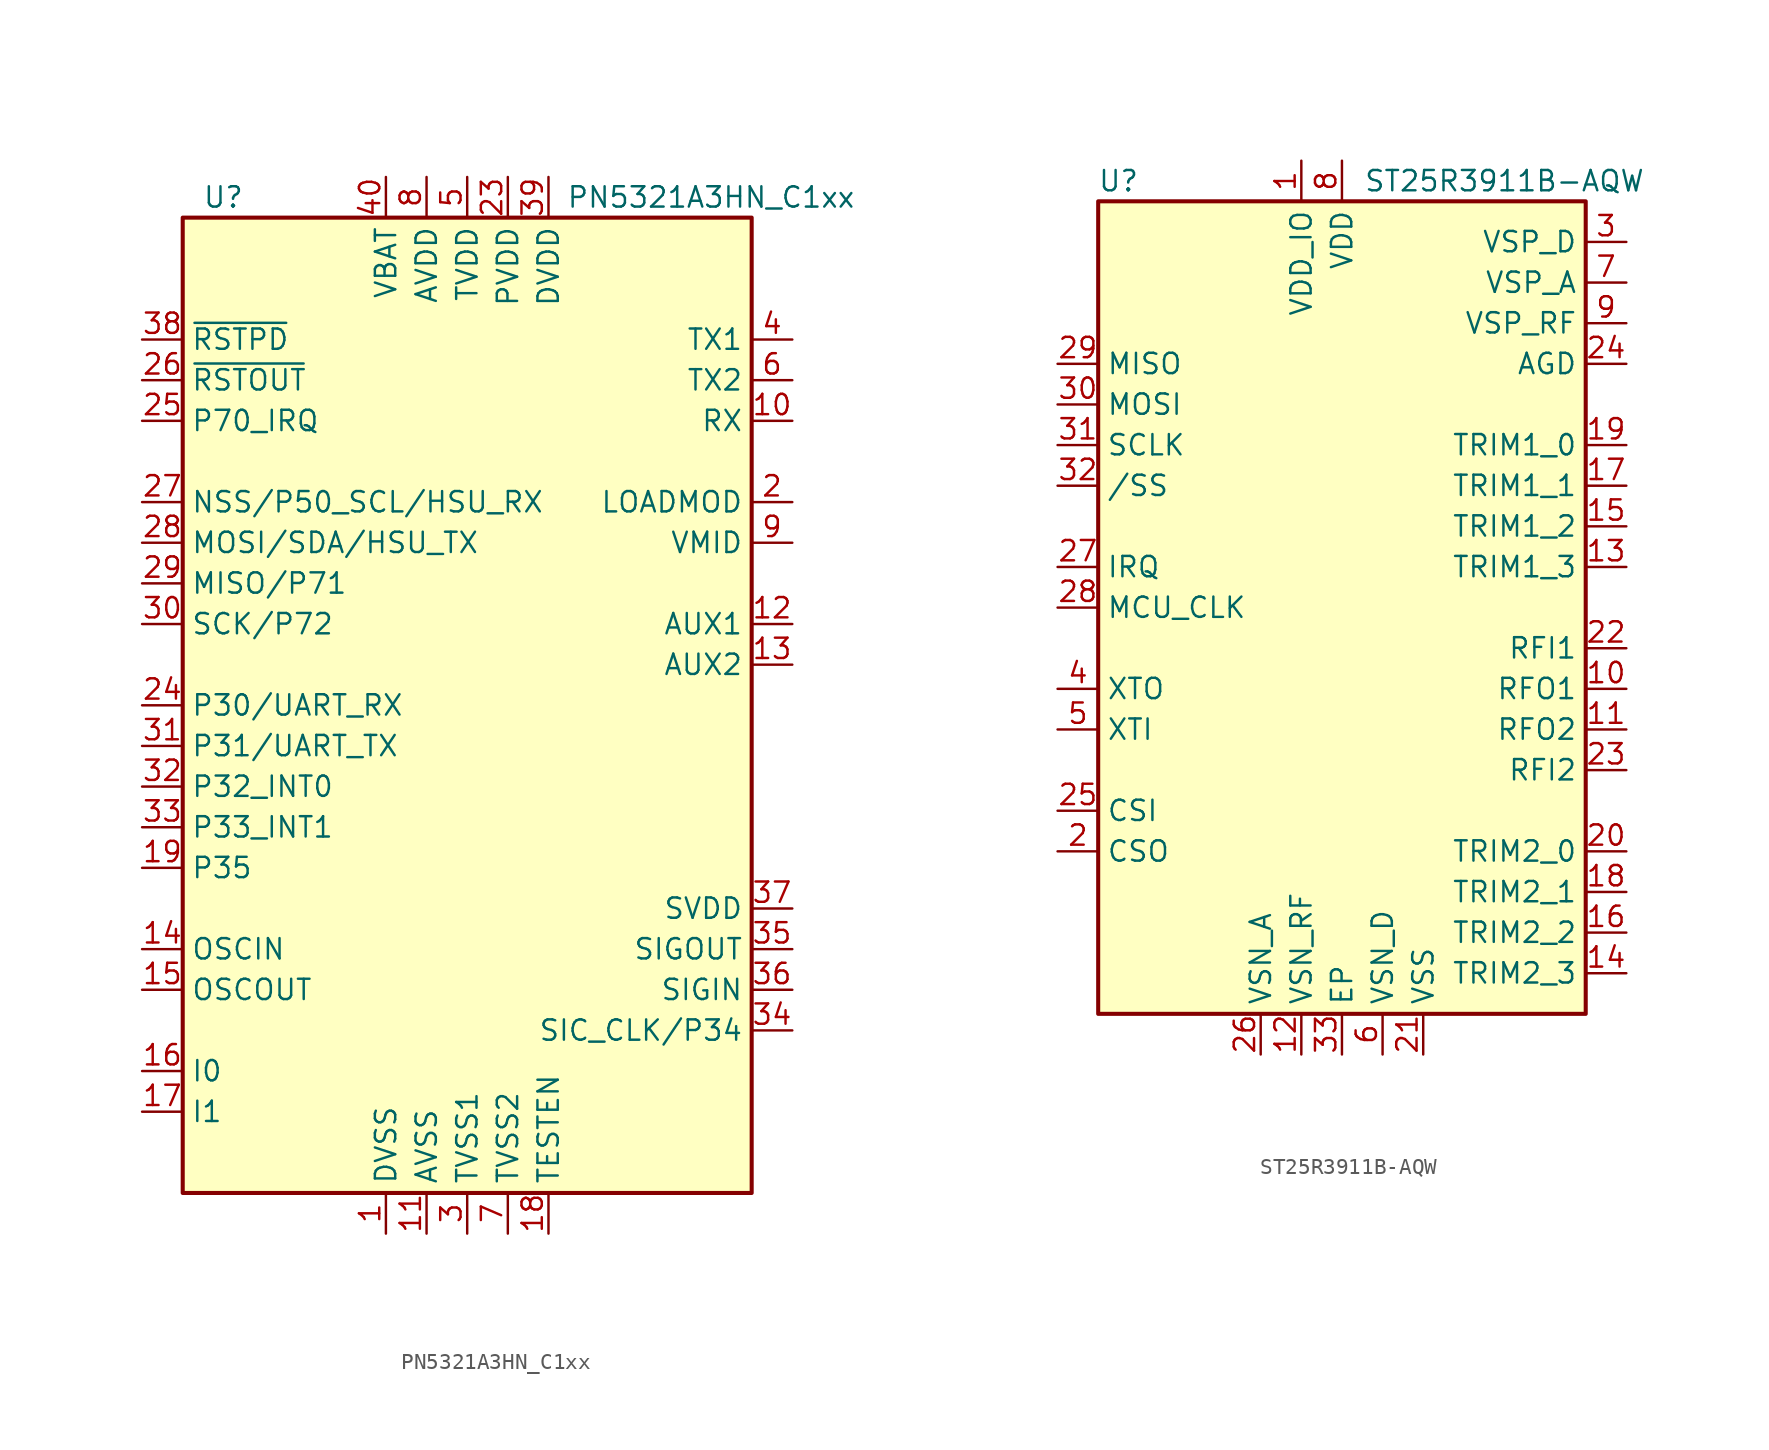
<source format=kicad_sym>
(kicad_symbol_lib
  (version 20211014)
  (generator kicad_symbol_editor)
  (symbol "PN5321A3HN_C1xx"
    (property "Reference" "U"
      (at -15.24 31.75 0)
      (effects (font (size 1.27 1.27))))
    (property "Value" "PN5321A3HN_C1xx"
      (at 15.24 31.75 0)
      (effects (font (size 1.27 1.27))))
    (symbol "PN5321A3HN_C1xx_0_1"
      (rectangle (start -17.78 30.48) (end 17.78 -30.48) (stroke (width 0.254) (type default) (color 0 0 0 0)) (fill (type background))))
    (symbol "PN5321A3HN_C1xx_1_1"
      (pin power_in line (at -5.08 -33.02 90) (length 2.54) (name "DVSS" (effects (font (size 1.27 1.27)))) (number "1" (effects (font (size 1.27 1.27)))))
      (pin input line (at 20.32 17.78 180) (length 2.54) (name "RX" (effects (font (size 1.27 1.27)))) (number "10" (effects (font (size 1.27 1.27)))))
      (pin power_in line (at -2.54 -33.02 90) (length 2.54) (name "AVSS" (effects (font (size 1.27 1.27)))) (number "11" (effects (font (size 1.27 1.27)))))
      (pin output line (at 20.32 5.08 180) (length 2.54) (name "AUX1" (effects (font (size 1.27 1.27)))) (number "12" (effects (font (size 1.27 1.27)))))
      (pin output line (at 20.32 2.54 180) (length 2.54) (name "AUX2" (effects (font (size 1.27 1.27)))) (number "13" (effects (font (size 1.27 1.27)))))
      (pin input line (at -20.32 -15.24 0) (length 2.54) (name "OSCIN" (effects (font (size 1.27 1.27)))) (number "14" (effects (font (size 1.27 1.27)))))
      (pin output line (at -20.32 -17.78 0) (length 2.54) (name "OSCOUT" (effects (font (size 1.27 1.27)))) (number "15" (effects (font (size 1.27 1.27)))))
      (pin passive line (at -20.32 -22.86 0) (length 2.54) (name "I0" (effects (font (size 1.27 1.27)))) (number "16" (effects (font (size 1.27 1.27)))))
      (pin passive line (at -20.32 -25.4 0) (length 2.54) (name "I1" (effects (font (size 1.27 1.27)))) (number "17" (effects (font (size 1.27 1.27)))))
      (pin passive line (at 5.08 -33.02 90) (length 2.54) (name "TESTEN" (effects (font (size 1.27 1.27)))) (number "18" (effects (font (size 1.27 1.27)))))
      (pin bidirectional line (at -20.32 -10.16 0) (length 2.54) (name "P35" (effects (font (size 1.27 1.27)))) (number "19" (effects (font (size 1.27 1.27)))))
      (pin output line (at 20.32 12.7 180) (length 2.54) (name "LOADMOD" (effects (font (size 1.27 1.27)))) (number "2" (effects (font (size 1.27 1.27)))))
      (pin no_connect line (at 17.78 -2.54 180) (length 2.54) hide (name "N.C." (effects (font (size 1.27 1.27)))) (number "20" (effects (font (size 1.27 1.27)))))
      (pin no_connect line (at 17.78 -5.08 180) (length 2.54) hide (name "N.C." (effects (font (size 1.27 1.27)))) (number "21" (effects (font (size 1.27 1.27)))))
      (pin no_connect line (at 17.78 -7.62 180) (length 2.54) hide (name "N.C." (effects (font (size 1.27 1.27)))) (number "22" (effects (font (size 1.27 1.27)))))
      (pin power_in line (at 2.54 33.02 270) (length 2.54) (name "PVDD" (effects (font (size 1.27 1.27)))) (number "23" (effects (font (size 1.27 1.27)))))
      (pin bidirectional line (at -20.32 0 0) (length 2.54) (name "P30/UART_RX" (effects (font (size 1.27 1.27)))) (number "24" (effects (font (size 1.27 1.27)))))
      (pin bidirectional line (at -20.32 17.78 0) (length 2.54) (name "P70_IRQ" (effects (font (size 1.27 1.27)))) (number "25" (effects (font (size 1.27 1.27)))))
      (pin output line (at -20.32 20.32 0) (length 2.54) (name "~{RSTOUT}" (effects (font (size 1.27 1.27)))) (number "26" (effects (font (size 1.27 1.27)))))
      (pin bidirectional line (at -20.32 12.7 0) (length 2.54) (name "NSS/P50_SCL/HSU_RX" (effects (font (size 1.27 1.27)))) (number "27" (effects (font (size 1.27 1.27)))))
      (pin bidirectional line (at -20.32 10.16 0) (length 2.54) (name "MOSI/SDA/HSU_TX" (effects (font (size 1.27 1.27)))) (number "28" (effects (font (size 1.27 1.27)))))
      (pin bidirectional line (at -20.32 7.62 0) (length 2.54) (name "MISO/P71" (effects (font (size 1.27 1.27)))) (number "29" (effects (font (size 1.27 1.27)))))
      (pin power_in line (at 0 -33.02 90) (length 2.54) (name "TVSS1" (effects (font (size 1.27 1.27)))) (number "3" (effects (font (size 1.27 1.27)))))
      (pin bidirectional line (at -20.32 5.08 0) (length 2.54) (name "SCK/P72" (effects (font (size 1.27 1.27)))) (number "30" (effects (font (size 1.27 1.27)))))
      (pin bidirectional line (at -20.32 -2.54 0) (length 2.54) (name "P31/UART_TX" (effects (font (size 1.27 1.27)))) (number "31" (effects (font (size 1.27 1.27)))))
      (pin bidirectional line (at -20.32 -5.08 0) (length 2.54) (name "P32_INT0" (effects (font (size 1.27 1.27)))) (number "32" (effects (font (size 1.27 1.27)))))
      (pin bidirectional line (at -20.32 -7.62 0) (length 2.54) (name "P33_INT1" (effects (font (size 1.27 1.27)))) (number "33" (effects (font (size 1.27 1.27)))))
      (pin bidirectional line (at 20.32 -20.32 180) (length 2.54) (name "SIC_CLK/P34" (effects (font (size 1.27 1.27)))) (number "34" (effects (font (size 1.27 1.27)))))
      (pin output line (at 20.32 -15.24 180) (length 2.54) (name "SIGOUT" (effects (font (size 1.27 1.27)))) (number "35" (effects (font (size 1.27 1.27)))))
      (pin input line (at 20.32 -17.78 180) (length 2.54) (name "SIGIN" (effects (font (size 1.27 1.27)))) (number "36" (effects (font (size 1.27 1.27)))))
      (pin output line (at 20.32 -12.7 180) (length 2.54) (name "SVDD" (effects (font (size 1.27 1.27)))) (number "37" (effects (font (size 1.27 1.27)))))
      (pin input line (at -20.32 22.86 0) (length 2.54) (name "~{RSTPD}" (effects (font (size 1.27 1.27)))) (number "38" (effects (font (size 1.27 1.27)))))
      (pin power_out line (at 5.08 33.02 270) (length 2.54) (name "DVDD" (effects (font (size 1.27 1.27)))) (number "39" (effects (font (size 1.27 1.27)))))
      (pin output line (at 20.32 22.86 180) (length 2.54) (name "TX1" (effects (font (size 1.27 1.27)))) (number "4" (effects (font (size 1.27 1.27)))))
      (pin power_in line (at -5.08 33.02 270) (length 2.54) (name "VBAT" (effects (font (size 1.27 1.27)))) (number "40" (effects (font (size 1.27 1.27)))))
      (pin passive line (at -2.54 -33.02 90) (length 2.54) hide (name "AVSS" (effects (font (size 1.27 1.27)))) (number "41" (effects (font (size 1.27 1.27)))))
      (pin power_in line (at 0 33.02 270) (length 2.54) (name "TVDD" (effects (font (size 1.27 1.27)))) (number "5" (effects (font (size 1.27 1.27)))))
      (pin output line (at 20.32 20.32 180) (length 2.54) (name "TX2" (effects (font (size 1.27 1.27)))) (number "6" (effects (font (size 1.27 1.27)))))
      (pin power_in line (at 2.54 -33.02 90) (length 2.54) (name "TVSS2" (effects (font (size 1.27 1.27)))) (number "7" (effects (font (size 1.27 1.27)))))
      (pin power_in line (at -2.54 33.02 270) (length 2.54) (name "AVDD" (effects (font (size 1.27 1.27)))) (number "8" (effects (font (size 1.27 1.27)))))
      (pin output line (at 20.32 10.16 180) (length 2.54) (name "VMID" (effects (font (size 1.27 1.27)))) (number "9" (effects (font (size 1.27 1.27)))))))
  (symbol "ST25R3911B-AQW"
    (property "Reference" "U"
      (at -13.97 26.67 0)
      (effects (font (size 1.27 1.27))))
    (property "Value" "ST25R3911B-AQW"
      (at 10.16 26.67 0)
      (effects (font (size 1.27 1.27))))
    (symbol "ST25R3911B-AQW_0_1"
      (rectangle (start -15.24 25.4) (end 15.24 -25.4) (stroke (width 0.254) (type default) (color 0 0 0 0)) (fill (type background))))
    (symbol "ST25R3911B-AQW_1_1"
      (pin power_in line (at -2.54 27.94 270) (length 2.54) (name "VDD_IO" (effects (font (size 1.27 1.27)))) (number "1" (effects (font (size 1.27 1.27)))))
      (pin output line (at 17.78 -5.08 180) (length 2.54) (name "RFO1" (effects (font (size 1.27 1.27)))) (number "10" (effects (font (size 1.27 1.27)))))
      (pin output line (at 17.78 -7.62 180) (length 2.54) (name "RFO2" (effects (font (size 1.27 1.27)))) (number "11" (effects (font (size 1.27 1.27)))))
      (pin power_in line (at -2.54 -27.94 90) (length 2.54) (name "VSN_RF" (effects (font (size 1.27 1.27)))) (number "12" (effects (font (size 1.27 1.27)))))
      (pin passive line (at 17.78 2.54 180) (length 2.54) (name "TRIM1_3" (effects (font (size 1.27 1.27)))) (number "13" (effects (font (size 1.27 1.27)))))
      (pin passive line (at 17.78 -22.86 180) (length 2.54) (name "TRIM2_3" (effects (font (size 1.27 1.27)))) (number "14" (effects (font (size 1.27 1.27)))))
      (pin passive line (at 17.78 5.08 180) (length 2.54) (name "TRIM1_2" (effects (font (size 1.27 1.27)))) (number "15" (effects (font (size 1.27 1.27)))))
      (pin passive line (at 17.78 -20.32 180) (length 2.54) (name "TRIM2_2" (effects (font (size 1.27 1.27)))) (number "16" (effects (font (size 1.27 1.27)))))
      (pin passive line (at 17.78 7.62 180) (length 2.54) (name "TRIM1_1" (effects (font (size 1.27 1.27)))) (number "17" (effects (font (size 1.27 1.27)))))
      (pin passive line (at 17.78 -17.78 180) (length 2.54) (name "TRIM2_1" (effects (font (size 1.27 1.27)))) (number "18" (effects (font (size 1.27 1.27)))))
      (pin passive line (at 17.78 10.16 180) (length 2.54) (name "TRIM1_0" (effects (font (size 1.27 1.27)))) (number "19" (effects (font (size 1.27 1.27)))))
      (pin output line (at -17.78 -15.24 0) (length 2.54) (name "CSO" (effects (font (size 1.27 1.27)))) (number "2" (effects (font (size 1.27 1.27)))))
      (pin passive line (at 17.78 -15.24 180) (length 2.54) (name "TRIM2_0" (effects (font (size 1.27 1.27)))) (number "20" (effects (font (size 1.27 1.27)))))
      (pin power_in line (at 5.08 -27.94 90) (length 2.54) (name "VSS" (effects (font (size 1.27 1.27)))) (number "21" (effects (font (size 1.27 1.27)))))
      (pin passive line (at 17.78 -2.54 180) (length 2.54) (name "RFI1" (effects (font (size 1.27 1.27)))) (number "22" (effects (font (size 1.27 1.27)))))
      (pin passive line (at 17.78 -10.16 180) (length 2.54) (name "RFI2" (effects (font (size 1.27 1.27)))) (number "23" (effects (font (size 1.27 1.27)))))
      (pin passive line (at 17.78 15.24 180) (length 2.54) (name "AGD" (effects (font (size 1.27 1.27)))) (number "24" (effects (font (size 1.27 1.27)))))
      (pin passive line (at -17.78 -12.7 0) (length 2.54) (name "CSI" (effects (font (size 1.27 1.27)))) (number "25" (effects (font (size 1.27 1.27)))))
      (pin power_in line (at -5.08 -27.94 90) (length 2.54) (name "VSN_A" (effects (font (size 1.27 1.27)))) (number "26" (effects (font (size 1.27 1.27)))))
      (pin output line (at -17.78 2.54 0) (length 2.54) (name "IRQ" (effects (font (size 1.27 1.27)))) (number "27" (effects (font (size 1.27 1.27)))))
      (pin output line (at -17.78 0 0) (length 2.54) (name "MCU_CLK" (effects (font (size 1.27 1.27)))) (number "28" (effects (font (size 1.27 1.27)))))
      (pin output line (at -17.78 15.24 0) (length 2.54) (name "MISO" (effects (font (size 1.27 1.27)))) (number "29" (effects (font (size 1.27 1.27)))))
      (pin power_out line (at 17.78 22.86 180) (length 2.54) (name "VSP_D" (effects (font (size 1.27 1.27)))) (number "3" (effects (font (size 1.27 1.27)))))
      (pin input line (at -17.78 12.7 0) (length 2.54) (name "MOSI" (effects (font (size 1.27 1.27)))) (number "30" (effects (font (size 1.27 1.27)))))
      (pin input line (at -17.78 10.16 0) (length 2.54) (name "SCLK" (effects (font (size 1.27 1.27)))) (number "31" (effects (font (size 1.27 1.27)))))
      (pin input line (at -17.78 7.62 0) (length 2.54) (name "/SS" (effects (font (size 1.27 1.27)))) (number "32" (effects (font (size 1.27 1.27)))))
      (pin power_in line (at 0 -27.94 90) (length 2.54) (name "EP" (effects (font (size 1.27 1.27)))) (number "33" (effects (font (size 1.27 1.27)))))
      (pin output line (at -17.78 -5.08 0) (length 2.54) (name "XTO" (effects (font (size 1.27 1.27)))) (number "4" (effects (font (size 1.27 1.27)))))
      (pin passive line (at -17.78 -7.62 0) (length 2.54) (name "XTI" (effects (font (size 1.27 1.27)))) (number "5" (effects (font (size 1.27 1.27)))))
      (pin power_in line (at 2.54 -27.94 90) (length 2.54) (name "VSN_D" (effects (font (size 1.27 1.27)))) (number "6" (effects (font (size 1.27 1.27)))))
      (pin power_out line (at 17.78 20.32 180) (length 2.54) (name "VSP_A" (effects (font (size 1.27 1.27)))) (number "7" (effects (font (size 1.27 1.27)))))
      (pin power_in line (at 0 27.94 270) (length 2.54) (name "VDD" (effects (font (size 1.27 1.27)))) (number "8" (effects (font (size 1.27 1.27)))))
      (pin power_out line (at 17.78 17.78 180) (length 2.54) (name "VSP_RF" (effects (font (size 1.27 1.27)))) (number "9" (effects (font (size 1.27 1.27))))))))
</source>
